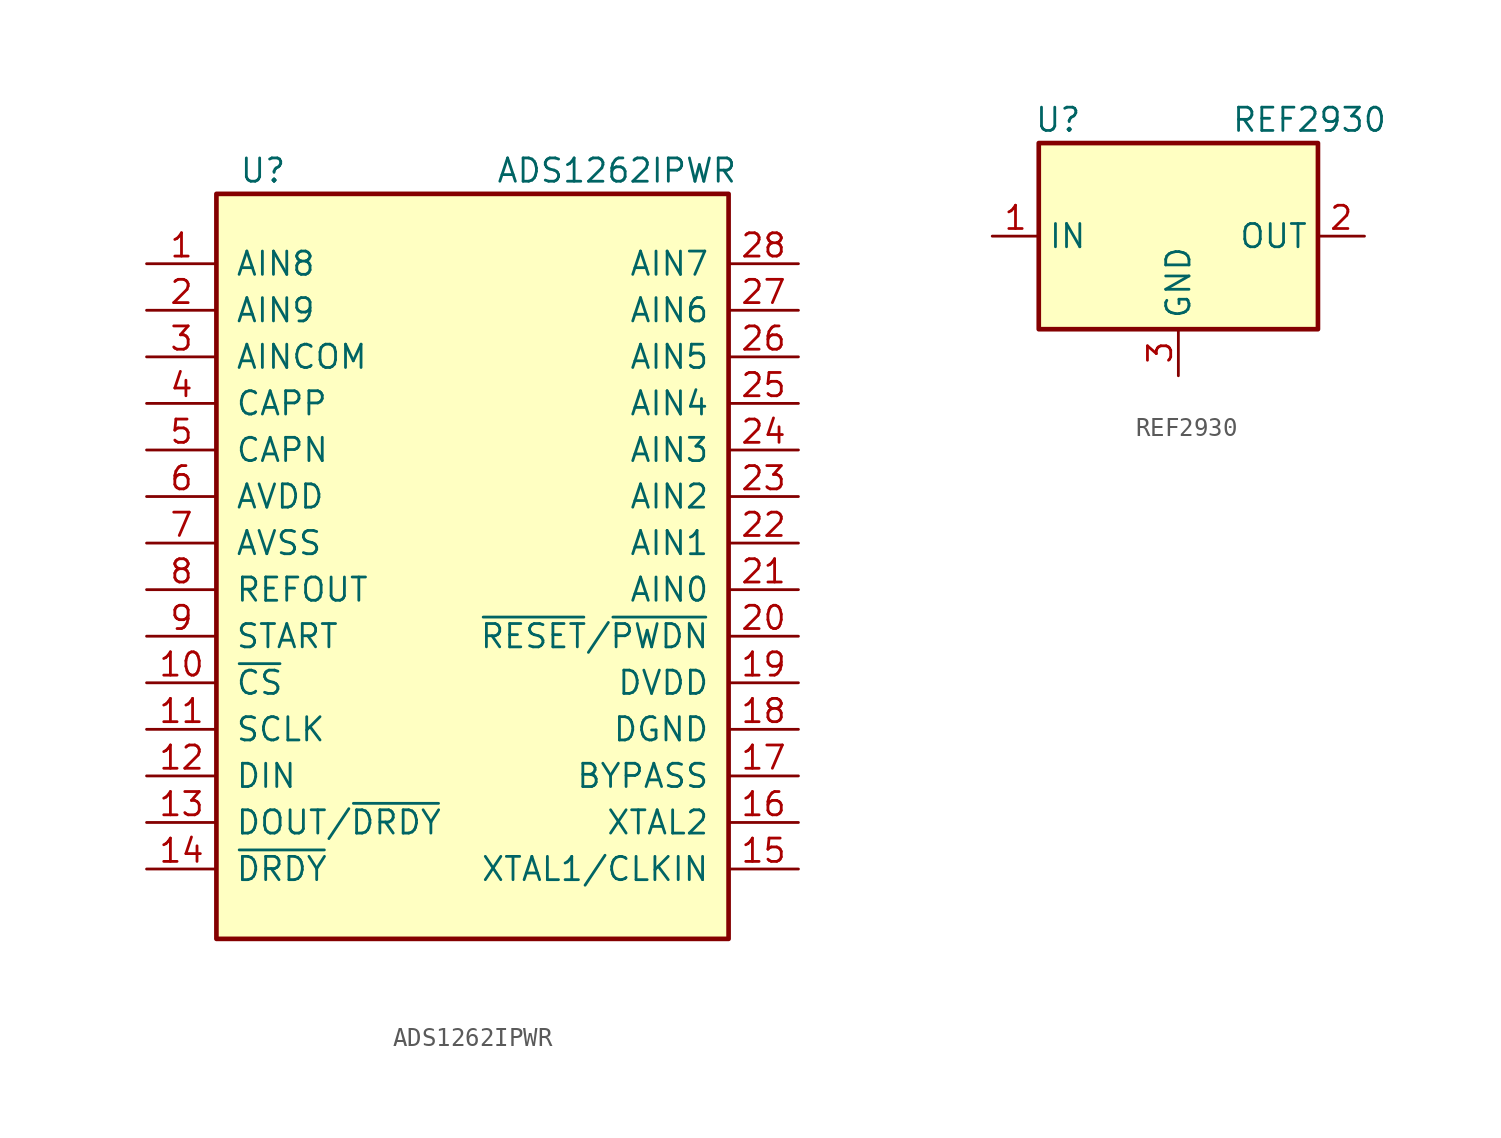
<source format=kicad_sym>
(kicad_symbol_lib
  (version 20220914)
  (generator kicad_symbol_editor)
  (symbol "ADS1262IPWR"
    (pin_names
      (offset 1.016))
    (property "Reference" "U"
      (at -11.43 21.59 0)
      (effects (font (size 1.27 1.27))))
    (property "Value" "ADS1262IPWR"
      (at 1.27 21.59 0)
      (effects (font (size 1.27 1.27)) (justify left)))
    (symbol "ADS1262IPWR_0_1"
      (rectangle (start -13.97 20.32) (end 13.97 -20.32) (stroke (width 0.254) (type default)) (fill (type background))))
    (symbol "ADS1262IPWR_1_1"
      (pin bidirectional line (at -17.78 16.51 0) (length 3.81) (name "AIN8" (effects (font (size 1.27 1.27)))) (number "1" (effects (font (size 1.27 1.27)))))
      (pin input line (at -17.78 -6.35 0) (length 3.81) (name "~{CS}" (effects (font (size 1.27 1.27)))) (number "10" (effects (font (size 1.27 1.27)))))
      (pin input line (at -17.78 -8.89 0) (length 3.81) (name "SCLK" (effects (font (size 1.27 1.27)))) (number "11" (effects (font (size 1.27 1.27)))))
      (pin input line (at -17.78 -11.43 0) (length 3.81) (name "DIN" (effects (font (size 1.27 1.27)))) (number "12" (effects (font (size 1.27 1.27)))))
      (pin output line (at -17.78 -13.97 0) (length 3.81) (name "DOUT/~{DRDY}" (effects (font (size 1.27 1.27)))) (number "13" (effects (font (size 1.27 1.27)))))
      (pin output line (at -17.78 -16.51 0) (length 3.81) (name "~{DRDY}" (effects (font (size 1.27 1.27)))) (number "14" (effects (font (size 1.27 1.27)))))
      (pin input line (at 17.78 -16.51 180) (length 3.81) (name "XTAL1/CLKIN" (effects (font (size 1.27 1.27)))) (number "15" (effects (font (size 1.27 1.27)))))
      (pin input line (at 17.78 -13.97 180) (length 3.81) (name "XTAL2" (effects (font (size 1.27 1.27)))) (number "16" (effects (font (size 1.27 1.27)))))
      (pin output line (at 17.78 -11.43 180) (length 3.81) (name "BYPASS" (effects (font (size 1.27 1.27)))) (number "17" (effects (font (size 1.27 1.27)))))
      (pin power_in line (at 17.78 -8.89 180) (length 3.81) (name "DGND" (effects (font (size 1.27 1.27)))) (number "18" (effects (font (size 1.27 1.27)))))
      (pin power_in line (at 17.78 -6.35 180) (length 3.81) (name "DVDD" (effects (font (size 1.27 1.27)))) (number "19" (effects (font (size 1.27 1.27)))))
      (pin bidirectional line (at -17.78 13.97 0) (length 3.81) (name "AIN9" (effects (font (size 1.27 1.27)))) (number "2" (effects (font (size 1.27 1.27)))))
      (pin input line (at 17.78 -3.81 180) (length 3.81) (name "~{RESET}/~{PWDN}" (effects (font (size 1.27 1.27)))) (number "20" (effects (font (size 1.27 1.27)))))
      (pin bidirectional line (at 17.78 -1.27 180) (length 3.81) (name "AIN0" (effects (font (size 1.27 1.27)))) (number "21" (effects (font (size 1.27 1.27)))))
      (pin bidirectional line (at 17.78 1.27 180) (length 3.81) (name "AIN1" (effects (font (size 1.27 1.27)))) (number "22" (effects (font (size 1.27 1.27)))))
      (pin bidirectional line (at 17.78 3.81 180) (length 3.81) (name "AIN2" (effects (font (size 1.27 1.27)))) (number "23" (effects (font (size 1.27 1.27)))))
      (pin bidirectional line (at 17.78 6.35 180) (length 3.81) (name "AIN3" (effects (font (size 1.27 1.27)))) (number "24" (effects (font (size 1.27 1.27)))))
      (pin bidirectional line (at 17.78 8.89 180) (length 3.81) (name "AIN4" (effects (font (size 1.27 1.27)))) (number "25" (effects (font (size 1.27 1.27)))))
      (pin bidirectional line (at 17.78 11.43 180) (length 3.81) (name "AIN5" (effects (font (size 1.27 1.27)))) (number "26" (effects (font (size 1.27 1.27)))))
      (pin bidirectional line (at 17.78 13.97 180) (length 3.81) (name "AIN6" (effects (font (size 1.27 1.27)))) (number "27" (effects (font (size 1.27 1.27)))))
      (pin bidirectional line (at 17.78 16.51 180) (length 3.81) (name "AIN7" (effects (font (size 1.27 1.27)))) (number "28" (effects (font (size 1.27 1.27)))))
      (pin bidirectional line (at -17.78 11.43 0) (length 3.81) (name "AINCOM" (effects (font (size 1.27 1.27)))) (number "3" (effects (font (size 1.27 1.27)))))
      (pin output line (at -17.78 8.89 0) (length 3.81) (name "CAPP" (effects (font (size 1.27 1.27)))) (number "4" (effects (font (size 1.27 1.27)))))
      (pin output line (at -17.78 6.35 0) (length 3.81) (name "CAPN" (effects (font (size 1.27 1.27)))) (number "5" (effects (font (size 1.27 1.27)))))
      (pin power_in line (at -17.78 3.81 0) (length 3.81) (name "AVDD" (effects (font (size 1.27 1.27)))) (number "6" (effects (font (size 1.27 1.27)))))
      (pin power_in line (at -17.78 1.27 0) (length 3.81) (name "AVSS" (effects (font (size 1.27 1.27)))) (number "7" (effects (font (size 1.27 1.27)))))
      (pin output line (at -17.78 -1.27 0) (length 3.81) (name "REFOUT" (effects (font (size 1.27 1.27)))) (number "8" (effects (font (size 1.27 1.27)))))
      (pin input line (at -17.78 -3.81 0) (length 3.81) (name "START" (effects (font (size 1.27 1.27)))) (number "9" (effects (font (size 1.27 1.27)))))))
  (symbol "REF2930"
    (property "Reference" "U"
      (at -7.874 6.35 0)
      (effects (font (size 1.27 1.27)) (justify left)))
    (property "Value" "REF2930"
      (at 11.43 6.35 0)
      (effects (font (size 1.27 1.27)) (justify right)))
    (symbol "REF2930_0_1"
      (rectangle (start -7.62 5.08) (end 7.62 -5.08) (stroke (width 0.254) (type default)) (fill (type background))))
    (symbol "REF2930_1_1"
      (pin power_in line (at -10.16 0 0) (length 2.54) (name "IN" (effects (font (size 1.27 1.27)))) (number "1" (effects (font (size 1.27 1.27)))))
      (pin power_out line (at 10.16 0 180) (length 2.54) (name "OUT" (effects (font (size 1.27 1.27)))) (number "2" (effects (font (size 1.27 1.27)))))
      (pin power_in line (at 0 -7.62 90) (length 2.54) (name "GND" (effects (font (size 1.27 1.27)))) (number "3" (effects (font (size 1.27 1.27))))))))
</source>
